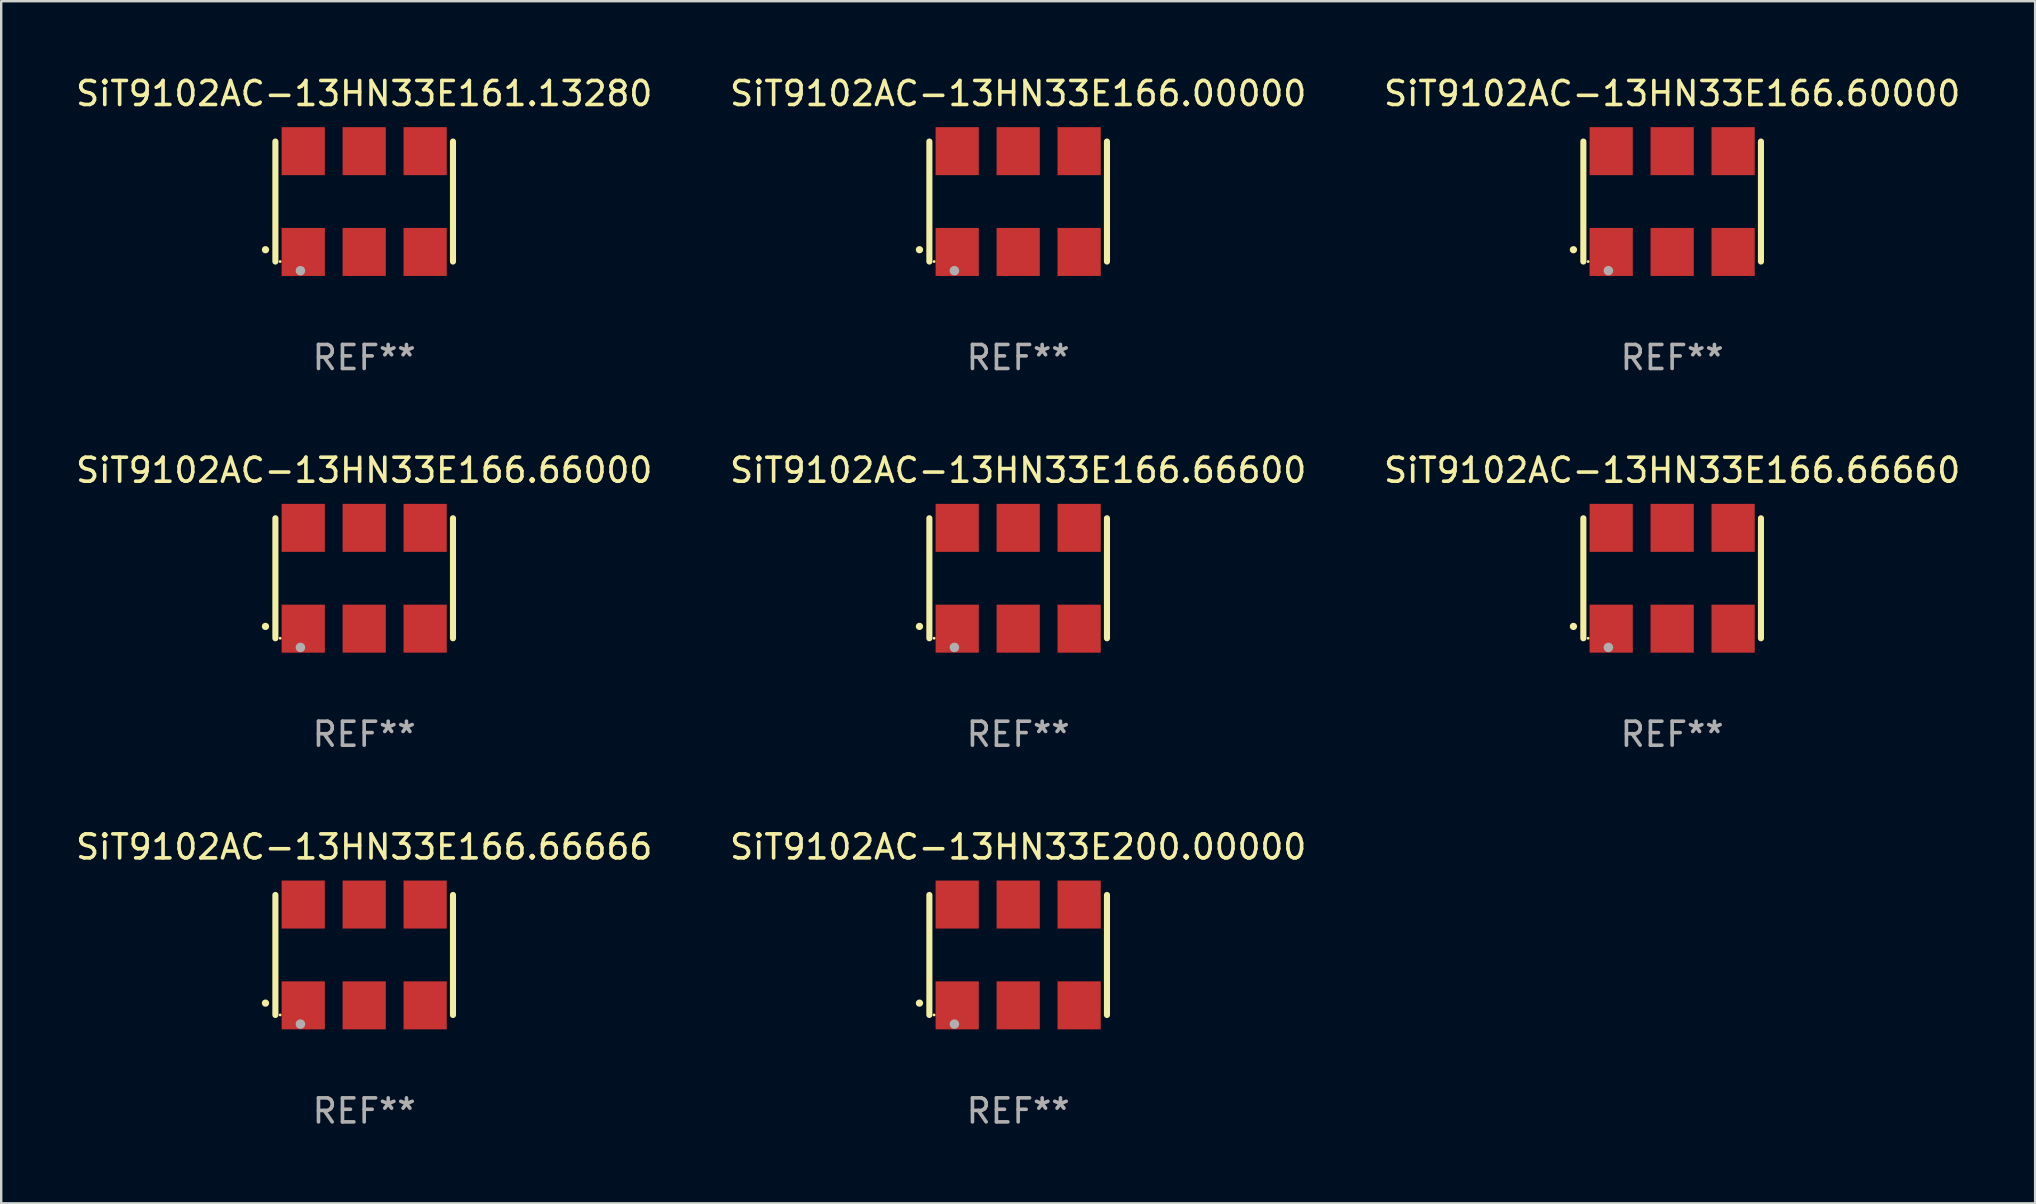
<source format=kicad_pcb>
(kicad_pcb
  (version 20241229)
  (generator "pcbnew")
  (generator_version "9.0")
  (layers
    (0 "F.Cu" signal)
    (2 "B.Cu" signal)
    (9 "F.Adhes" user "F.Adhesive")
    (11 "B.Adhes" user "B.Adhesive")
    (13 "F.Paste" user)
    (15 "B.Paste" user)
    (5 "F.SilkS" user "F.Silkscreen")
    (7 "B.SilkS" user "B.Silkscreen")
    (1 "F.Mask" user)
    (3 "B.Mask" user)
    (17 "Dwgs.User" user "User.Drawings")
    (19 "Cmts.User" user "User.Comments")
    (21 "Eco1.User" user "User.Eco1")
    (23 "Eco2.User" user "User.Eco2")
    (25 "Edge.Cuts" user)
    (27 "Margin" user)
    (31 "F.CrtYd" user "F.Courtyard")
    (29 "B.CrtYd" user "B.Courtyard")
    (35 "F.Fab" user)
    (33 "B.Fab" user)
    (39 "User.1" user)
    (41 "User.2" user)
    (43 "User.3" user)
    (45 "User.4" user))
  (footprint "SiT9102AC-13HN33E166.66600"
    (layer "F.Cu")
    (at 39.375 21.045)
    (property "Reference" "SiT9102AC-13HN33E166.66600" (at 0 -4.5 0) (layer "F.SilkS") (effects (font (size 1 1) (thickness 0.15))))
    (attr through_hole)
    (fp_line (start -3.7 -2.5) (end -3.7 2.5) (stroke (width 0.254) (type solid)) (layer "F.SilkS"))
    (fp_line (start 3.7 -2.5) (end 3.7 2.5) (stroke (width 0.254) (type solid)) (layer "F.SilkS"))
    (fp_arc (start -4.114415 2.006604) (mid -4.113145 2.006599) (end -4.111875 2.006604) (stroke (width 0.3) (type solid)) (layer "F.SilkS"))
    (fp_circle (center -3.502 2.5) (end -3.472 2.5) (stroke (width 0.06) (type solid)) (fill no) (layer "F.SilkS"))
    (fp_circle (center -2.657 2.882) (end -2.557 2.882) (stroke (width 0.2) (type solid)) (fill no) (layer "F.Fab"))
    (fp_text user "REF**" (at 0 6.5 0) (layer "F.Fab") (effects (font (size 1 1) (thickness 0.15))))
    (pad "1" smd rect (at -2.54 2.1) (size 1.8 2) (layers "F.Cu" "F.Mask" "F.Paste"))
    (pad "2" smd rect (at 0.000394 2.1) (size 1.8 2) (layers "F.Cu" "F.Mask" "F.Paste"))
    (pad "3" smd rect (at 2.54 2.1) (size 1.8 2) (layers "F.Cu" "F.Mask" "F.Paste"))
    (pad "4" smd rect (at 2.54 -2.1) (size 1.8 2) (layers "F.Cu" "F.Mask" "F.Paste"))
    (pad "5" smd rect (at 0.000394 -2.1) (size 1.8 2) (layers "F.Cu" "F.Mask" "F.Paste"))
    (pad "6" smd rect (at -2.54 -2.1) (size 1.8 2) (layers "F.Cu" "F.Mask" "F.Paste")))
  (footprint "SiT9102AC-13HN33E166.60000"
    (layer "F.Cu")
    (at 66.625 5.348)
    (property "Reference" "SiT9102AC-13HN33E166.60000" (at 0 -4.5 0) (layer "F.SilkS") (effects (font (size 1 1) (thickness 0.15))))
    (attr through_hole)
    (fp_line (start -3.7 -2.5) (end -3.7 2.5) (stroke (width 0.254) (type solid)) (layer "F.SilkS"))
    (fp_line (start 3.7 -2.5) (end 3.7 2.5) (stroke (width 0.254) (type solid)) (layer "F.SilkS"))
    (fp_arc (start -4.114415 2.006604) (mid -4.113145 2.006599) (end -4.111875 2.006604) (stroke (width 0.3) (type solid)) (layer "F.SilkS"))
    (fp_circle (center -3.502 2.5) (end -3.472 2.5) (stroke (width 0.06) (type solid)) (fill no) (layer "F.SilkS"))
    (fp_circle (center -2.657 2.882) (end -2.557 2.882) (stroke (width 0.2) (type solid)) (fill no) (layer "F.Fab"))
    (fp_text user "REF**" (at 0 6.5 0) (layer "F.Fab") (effects (font (size 1 1) (thickness 0.15))))
    (pad "1" smd rect (at -2.54 2.1) (size 1.8 2) (layers "F.Cu" "F.Mask" "F.Paste"))
    (pad "2" smd rect (at 0.000394 2.1) (size 1.8 2) (layers "F.Cu" "F.Mask" "F.Paste"))
    (pad "3" smd rect (at 2.54 2.1) (size 1.8 2) (layers "F.Cu" "F.Mask" "F.Paste"))
    (pad "4" smd rect (at 2.54 -2.1) (size 1.8 2) (layers "F.Cu" "F.Mask" "F.Paste"))
    (pad "5" smd rect (at 0.000394 -2.1) (size 1.8 2) (layers "F.Cu" "F.Mask" "F.Paste"))
    (pad "6" smd rect (at -2.54 -2.1) (size 1.8 2) (layers "F.Cu" "F.Mask" "F.Paste")))
  (footprint "SiT9102AC-13HN33E166.66660"
    (layer "F.Cu")
    (at 66.625 21.045)
    (property "Reference" "SiT9102AC-13HN33E166.66660" (at 0 -4.5 0) (layer "F.SilkS") (effects (font (size 1 1) (thickness 0.15))))
    (attr through_hole)
    (fp_line (start -3.7 -2.5) (end -3.7 2.5) (stroke (width 0.254) (type solid)) (layer "F.SilkS"))
    (fp_line (start 3.7 -2.5) (end 3.7 2.5) (stroke (width 0.254) (type solid)) (layer "F.SilkS"))
    (fp_arc (start -4.114415 2.006604) (mid -4.113145 2.006599) (end -4.111875 2.006604) (stroke (width 0.3) (type solid)) (layer "F.SilkS"))
    (fp_circle (center -3.502 2.5) (end -3.472 2.5) (stroke (width 0.06) (type solid)) (fill no) (layer "F.SilkS"))
    (fp_circle (center -2.657 2.882) (end -2.557 2.882) (stroke (width 0.2) (type solid)) (fill no) (layer "F.Fab"))
    (fp_text user "REF**" (at 0 6.5 0) (layer "F.Fab") (effects (font (size 1 1) (thickness 0.15))))
    (pad "1" smd rect (at -2.54 2.1) (size 1.8 2) (layers "F.Cu" "F.Mask" "F.Paste"))
    (pad "2" smd rect (at 0.000394 2.1) (size 1.8 2) (layers "F.Cu" "F.Mask" "F.Paste"))
    (pad "3" smd rect (at 2.54 2.1) (size 1.8 2) (layers "F.Cu" "F.Mask" "F.Paste"))
    (pad "4" smd rect (at 2.54 -2.1) (size 1.8 2) (layers "F.Cu" "F.Mask" "F.Paste"))
    (pad "5" smd rect (at 0.000394 -2.1) (size 1.8 2) (layers "F.Cu" "F.Mask" "F.Paste"))
    (pad "6" smd rect (at -2.54 -2.1) (size 1.8 2) (layers "F.Cu" "F.Mask" "F.Paste")))
  (footprint "SiT9102AC-13HN33E166.66666"
    (layer "F.Cu")
    (at 12.125 36.741)
    (property "Reference" "SiT9102AC-13HN33E166.66666" (at 0 -4.5 0) (layer "F.SilkS") (effects (font (size 1 1) (thickness 0.15))))
    (attr through_hole)
    (fp_line (start -3.7 -2.5) (end -3.7 2.5) (stroke (width 0.254) (type solid)) (layer "F.SilkS"))
    (fp_line (start 3.7 -2.5) (end 3.7 2.5) (stroke (width 0.254) (type solid)) (layer "F.SilkS"))
    (fp_arc (start -4.114415 2.006604) (mid -4.113145 2.006599) (end -4.111875 2.006604) (stroke (width 0.3) (type solid)) (layer "F.SilkS"))
    (fp_circle (center -3.502 2.5) (end -3.472 2.5) (stroke (width 0.06) (type solid)) (fill no) (layer "F.SilkS"))
    (fp_circle (center -2.657 2.882) (end -2.557 2.882) (stroke (width 0.2) (type solid)) (fill no) (layer "F.Fab"))
    (fp_text user "REF**" (at 0 6.5 0) (layer "F.Fab") (effects (font (size 1 1) (thickness 0.15))))
    (pad "1" smd rect (at -2.54 2.1) (size 1.8 2) (layers "F.Cu" "F.Mask" "F.Paste"))
    (pad "2" smd rect (at 0.000394 2.1) (size 1.8 2) (layers "F.Cu" "F.Mask" "F.Paste"))
    (pad "3" smd rect (at 2.54 2.1) (size 1.8 2) (layers "F.Cu" "F.Mask" "F.Paste"))
    (pad "4" smd rect (at 2.54 -2.1) (size 1.8 2) (layers "F.Cu" "F.Mask" "F.Paste"))
    (pad "5" smd rect (at 0.000394 -2.1) (size 1.8 2) (layers "F.Cu" "F.Mask" "F.Paste"))
    (pad "6" smd rect (at -2.54 -2.1) (size 1.8 2) (layers "F.Cu" "F.Mask" "F.Paste")))
  (footprint "SiT9102AC-13HN33E166.00000"
    (layer "F.Cu")
    (at 39.375 5.348)
    (property "Reference" "SiT9102AC-13HN33E166.00000" (at 0 -4.5 0) (layer "F.SilkS") (effects (font (size 1 1) (thickness 0.15))))
    (attr through_hole)
    (fp_line (start -3.7 -2.5) (end -3.7 2.5) (stroke (width 0.254) (type solid)) (layer "F.SilkS"))
    (fp_line (start 3.7 -2.5) (end 3.7 2.5) (stroke (width 0.254) (type solid)) (layer "F.SilkS"))
    (fp_arc (start -4.114415 2.006604) (mid -4.113145 2.006599) (end -4.111875 2.006604) (stroke (width 0.3) (type solid)) (layer "F.SilkS"))
    (fp_circle (center -3.502 2.5) (end -3.472 2.5) (stroke (width 0.06) (type solid)) (fill no) (layer "F.SilkS"))
    (fp_circle (center -2.657 2.882) (end -2.557 2.882) (stroke (width 0.2) (type solid)) (fill no) (layer "F.Fab"))
    (fp_text user "REF**" (at 0 6.5 0) (layer "F.Fab") (effects (font (size 1 1) (thickness 0.15))))
    (pad "1" smd rect (at -2.54 2.1) (size 1.8 2) (layers "F.Cu" "F.Mask" "F.Paste"))
    (pad "2" smd rect (at 0.000394 2.1) (size 1.8 2) (layers "F.Cu" "F.Mask" "F.Paste"))
    (pad "3" smd rect (at 2.54 2.1) (size 1.8 2) (layers "F.Cu" "F.Mask" "F.Paste"))
    (pad "4" smd rect (at 2.54 -2.1) (size 1.8 2) (layers "F.Cu" "F.Mask" "F.Paste"))
    (pad "5" smd rect (at 0.000394 -2.1) (size 1.8 2) (layers "F.Cu" "F.Mask" "F.Paste"))
    (pad "6" smd rect (at -2.54 -2.1) (size 1.8 2) (layers "F.Cu" "F.Mask" "F.Paste")))
  (footprint "SiT9102AC-13HN33E200.00000"
    (layer "F.Cu")
    (at 39.375 36.741)
    (property "Reference" "SiT9102AC-13HN33E200.00000" (at 0 -4.5 0) (layer "F.SilkS") (effects (font (size 1 1) (thickness 0.15))))
    (attr through_hole)
    (fp_line (start -3.7 -2.5) (end -3.7 2.5) (stroke (width 0.254) (type solid)) (layer "F.SilkS"))
    (fp_line (start 3.7 -2.5) (end 3.7 2.5) (stroke (width 0.254) (type solid)) (layer "F.SilkS"))
    (fp_arc (start -4.114415 2.006604) (mid -4.113145 2.006599) (end -4.111875 2.006604) (stroke (width 0.3) (type solid)) (layer "F.SilkS"))
    (fp_circle (center -3.502 2.5) (end -3.472 2.5) (stroke (width 0.06) (type solid)) (fill no) (layer "F.SilkS"))
    (fp_circle (center -2.657 2.882) (end -2.557 2.882) (stroke (width 0.2) (type solid)) (fill no) (layer "F.Fab"))
    (fp_text user "REF**" (at 0 6.5 0) (layer "F.Fab") (effects (font (size 1 1) (thickness 0.15))))
    (pad "1" smd rect (at -2.54 2.1) (size 1.8 2) (layers "F.Cu" "F.Mask" "F.Paste"))
    (pad "2" smd rect (at 0.000394 2.1) (size 1.8 2) (layers "F.Cu" "F.Mask" "F.Paste"))
    (pad "3" smd rect (at 2.54 2.1) (size 1.8 2) (layers "F.Cu" "F.Mask" "F.Paste"))
    (pad "4" smd rect (at 2.54 -2.1) (size 1.8 2) (layers "F.Cu" "F.Mask" "F.Paste"))
    (pad "5" smd rect (at 0.000394 -2.1) (size 1.8 2) (layers "F.Cu" "F.Mask" "F.Paste"))
    (pad "6" smd rect (at -2.54 -2.1) (size 1.8 2) (layers "F.Cu" "F.Mask" "F.Paste")))
  (footprint "SiT9102AC-13HN33E161.13280"
    (layer "F.Cu")
    (at 12.125 5.348)
    (property "Reference" "SiT9102AC-13HN33E161.13280" (at 0 -4.5 0) (layer "F.SilkS") (effects (font (size 1 1) (thickness 0.15))))
    (attr through_hole)
    (fp_line (start -3.7 -2.5) (end -3.7 2.5) (stroke (width 0.254) (type solid)) (layer "F.SilkS"))
    (fp_line (start 3.7 -2.5) (end 3.7 2.5) (stroke (width 0.254) (type solid)) (layer "F.SilkS"))
    (fp_arc (start -4.114415 2.006604) (mid -4.113145 2.006599) (end -4.111875 2.006604) (stroke (width 0.3) (type solid)) (layer "F.SilkS"))
    (fp_circle (center -3.502 2.5) (end -3.472 2.5) (stroke (width 0.06) (type solid)) (fill no) (layer "F.SilkS"))
    (fp_circle (center -2.657 2.882) (end -2.557 2.882) (stroke (width 0.2) (type solid)) (fill no) (layer "F.Fab"))
    (fp_text user "REF**" (at 0 6.5 0) (layer "F.Fab") (effects (font (size 1 1) (thickness 0.15))))
    (pad "1" smd rect (at -2.54 2.1) (size 1.8 2) (layers "F.Cu" "F.Mask" "F.Paste"))
    (pad "2" smd rect (at 0.000394 2.1) (size 1.8 2) (layers "F.Cu" "F.Mask" "F.Paste"))
    (pad "3" smd rect (at 2.54 2.1) (size 1.8 2) (layers "F.Cu" "F.Mask" "F.Paste"))
    (pad "4" smd rect (at 2.54 -2.1) (size 1.8 2) (layers "F.Cu" "F.Mask" "F.Paste"))
    (pad "5" smd rect (at 0.000394 -2.1) (size 1.8 2) (layers "F.Cu" "F.Mask" "F.Paste"))
    (pad "6" smd rect (at -2.54 -2.1) (size 1.8 2) (layers "F.Cu" "F.Mask" "F.Paste")))
  (footprint "SiT9102AC-13HN33E166.66000"
    (layer "F.Cu")
    (at 12.125 21.045)
    (property "Reference" "SiT9102AC-13HN33E166.66000" (at 0 -4.5 0) (layer "F.SilkS") (effects (font (size 1 1) (thickness 0.15))))
    (attr through_hole)
    (fp_line (start -3.7 -2.5) (end -3.7 2.5) (stroke (width 0.254) (type solid)) (layer "F.SilkS"))
    (fp_line (start 3.7 -2.5) (end 3.7 2.5) (stroke (width 0.254) (type solid)) (layer "F.SilkS"))
    (fp_arc (start -4.114415 2.006604) (mid -4.113145 2.006599) (end -4.111875 2.006604) (stroke (width 0.3) (type solid)) (layer "F.SilkS"))
    (fp_circle (center -3.502 2.5) (end -3.472 2.5) (stroke (width 0.06) (type solid)) (fill no) (layer "F.SilkS"))
    (fp_circle (center -2.657 2.882) (end -2.557 2.882) (stroke (width 0.2) (type solid)) (fill no) (layer "F.Fab"))
    (fp_text user "REF**" (at 0 6.5 0) (layer "F.Fab") (effects (font (size 1 1) (thickness 0.15))))
    (pad "1" smd rect (at -2.54 2.1) (size 1.8 2) (layers "F.Cu" "F.Mask" "F.Paste"))
    (pad "2" smd rect (at 0.000394 2.1) (size 1.8 2) (layers "F.Cu" "F.Mask" "F.Paste"))
    (pad "3" smd rect (at 2.54 2.1) (size 1.8 2) (layers "F.Cu" "F.Mask" "F.Paste"))
    (pad "4" smd rect (at 2.54 -2.1) (size 1.8 2) (layers "F.Cu" "F.Mask" "F.Paste"))
    (pad "5" smd rect (at 0.000394 -2.1) (size 1.8 2) (layers "F.Cu" "F.Mask" "F.Paste"))
    (pad "6" smd rect (at -2.54 -2.1) (size 1.8 2) (layers "F.Cu" "F.Mask" "F.Paste")))
  (gr_rect
    (start -3 -3)
    (end 81.75 47.09)
    (stroke (width 0.1) (type default))
    (fill no)
    (layer "Edge.Cuts")))
</source>
